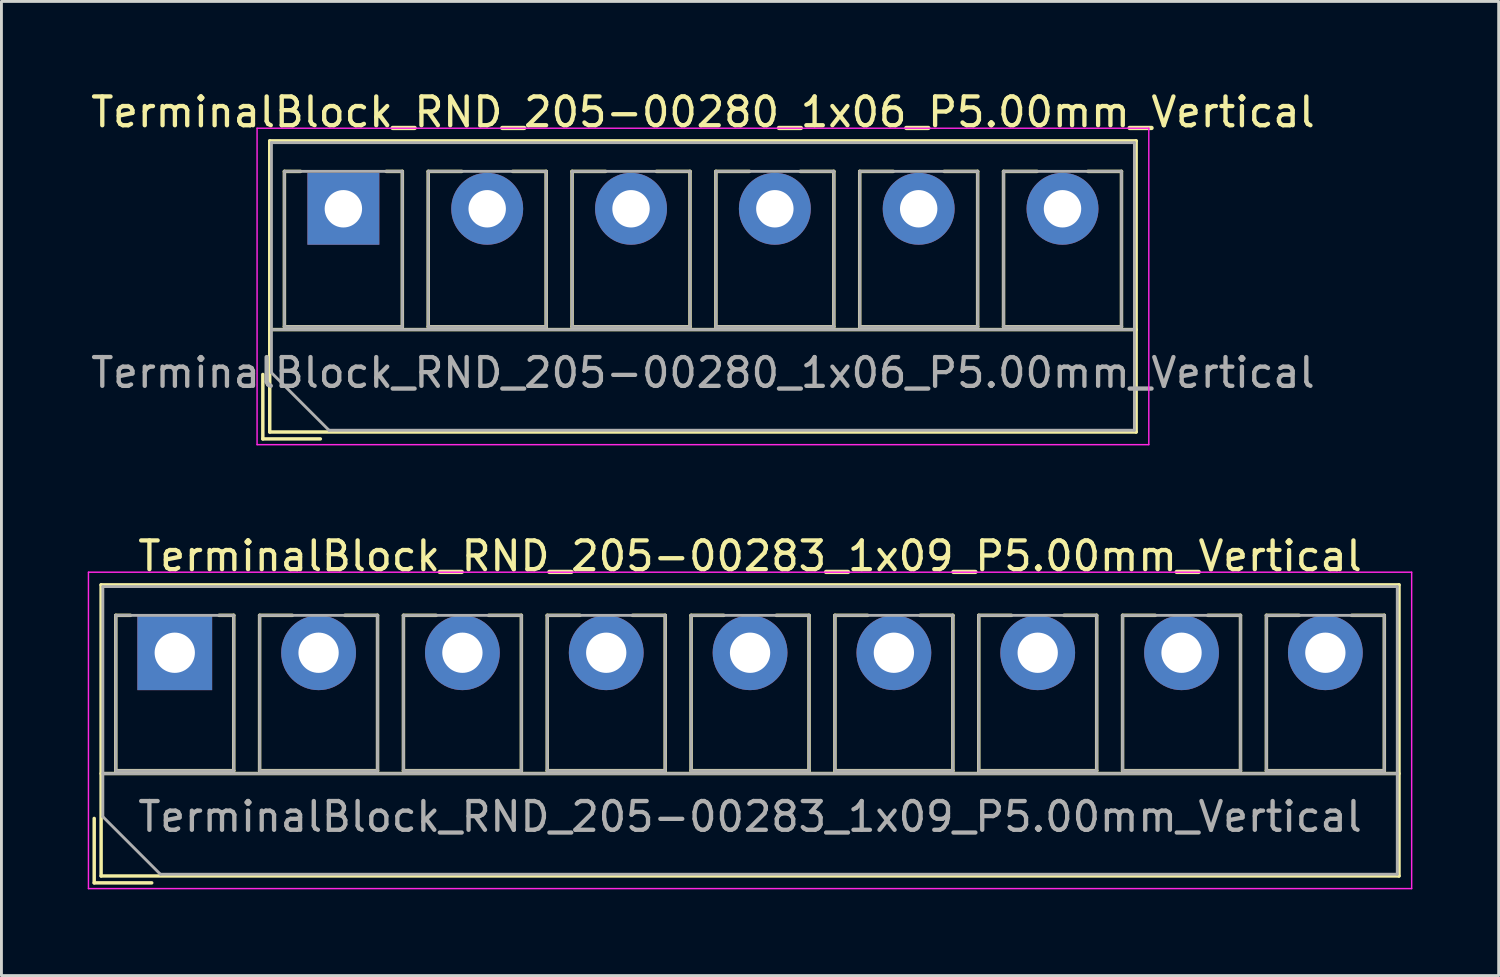
<source format=kicad_pcb>
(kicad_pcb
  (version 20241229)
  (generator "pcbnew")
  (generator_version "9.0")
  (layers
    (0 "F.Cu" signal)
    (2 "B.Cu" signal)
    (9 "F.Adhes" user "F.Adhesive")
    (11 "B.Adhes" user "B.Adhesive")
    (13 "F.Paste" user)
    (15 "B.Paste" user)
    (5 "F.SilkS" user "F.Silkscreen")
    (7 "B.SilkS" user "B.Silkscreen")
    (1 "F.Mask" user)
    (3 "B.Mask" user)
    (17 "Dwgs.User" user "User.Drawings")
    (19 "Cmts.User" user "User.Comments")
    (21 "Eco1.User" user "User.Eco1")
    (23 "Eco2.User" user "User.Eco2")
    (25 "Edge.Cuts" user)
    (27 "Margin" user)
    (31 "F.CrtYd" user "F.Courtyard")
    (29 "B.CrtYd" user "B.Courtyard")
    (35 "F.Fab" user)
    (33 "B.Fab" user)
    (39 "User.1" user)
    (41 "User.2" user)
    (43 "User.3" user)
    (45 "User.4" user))
  (footprint "TerminalBlock_RND_205-00280_1x06_P5.00mm_Vertical"
    (layer "F.Cu")
    (at 8.887 4.208)
    (property "Reference" "TerminalBlock_RND_205-00280_1x06_P5.00mm_Vertical" (at 12.5 -3.36 0) (layer "F.SilkS") (effects (font (size 1 1) (thickness 0.15))))
    (attr through_hole)
    (fp_line (start -2.8 5.76) (end -2.8 8) (stroke (width 0.12) (type solid)) (layer "F.SilkS"))
    (fp_line (start -2.8 8) (end -0.8 8) (stroke (width 0.12) (type solid)) (layer "F.SilkS"))
    (fp_line (start -2.56 -2.36) (end -2.56 7.76) (stroke (width 0.12) (type solid)) (layer "F.SilkS"))
    (fp_line (start -2.56 -2.36) (end 27.56 -2.36) (stroke (width 0.12) (type solid)) (layer "F.SilkS"))
    (fp_line (start -2.56 4.2) (end 27.56 4.2) (stroke (width 0.12) (type solid)) (layer "F.SilkS"))
    (fp_line (start -2.56 7.76) (end 27.56 7.76) (stroke (width 0.12) (type solid)) (layer "F.SilkS"))
    (fp_line (start -2.05 -1.3) (end -2.05 4.1) (stroke (width 0.12) (type solid)) (layer "F.SilkS"))
    (fp_line (start -2.05 -1.3) (end -1.49 -1.3) (stroke (width 0.12) (type solid)) (layer "F.SilkS"))
    (fp_line (start -2.05 4.1) (end 2.05 4.1) (stroke (width 0.12) (type solid)) (layer "F.SilkS"))
    (fp_line (start 1.49 -1.3) (end 2.05 -1.3) (stroke (width 0.12) (type solid)) (layer "F.SilkS"))
    (fp_line (start 2.05 -1.3) (end 2.05 4.1) (stroke (width 0.12) (type solid)) (layer "F.SilkS"))
    (fp_line (start 2.95 -1.3) (end 2.95 4.1) (stroke (width 0.12) (type solid)) (layer "F.SilkS"))
    (fp_line (start 2.95 -1.3) (end 4.117 -1.3) (stroke (width 0.12) (type solid)) (layer "F.SilkS"))
    (fp_line (start 2.95 4.1) (end 7.05 4.1) (stroke (width 0.12) (type solid)) (layer "F.SilkS"))
    (fp_line (start 5.884 -1.3) (end 7.05 -1.3) (stroke (width 0.12) (type solid)) (layer "F.SilkS"))
    (fp_line (start 7.05 -1.3) (end 7.05 4.1) (stroke (width 0.12) (type solid)) (layer "F.SilkS"))
    (fp_line (start 7.95 -1.3) (end 7.95 4.1) (stroke (width 0.12) (type solid)) (layer "F.SilkS"))
    (fp_line (start 7.95 -1.3) (end 9.117 -1.3) (stroke (width 0.12) (type solid)) (layer "F.SilkS"))
    (fp_line (start 7.95 4.1) (end 12.05 4.1) (stroke (width 0.12) (type solid)) (layer "F.SilkS"))
    (fp_line (start 10.884 -1.3) (end 12.05 -1.3) (stroke (width 0.12) (type solid)) (layer "F.SilkS"))
    (fp_line (start 12.05 -1.3) (end 12.05 4.1) (stroke (width 0.12) (type solid)) (layer "F.SilkS"))
    (fp_line (start 12.95 -1.3) (end 12.95 4.1) (stroke (width 0.12) (type solid)) (layer "F.SilkS"))
    (fp_line (start 12.95 -1.3) (end 14.117 -1.3) (stroke (width 0.12) (type solid)) (layer "F.SilkS"))
    (fp_line (start 12.95 4.1) (end 17.05 4.1) (stroke (width 0.12) (type solid)) (layer "F.SilkS"))
    (fp_line (start 15.884 -1.3) (end 17.05 -1.3) (stroke (width 0.12) (type solid)) (layer "F.SilkS"))
    (fp_line (start 17.05 -1.3) (end 17.05 4.1) (stroke (width 0.12) (type solid)) (layer "F.SilkS"))
    (fp_line (start 17.95 -1.3) (end 17.95 4.1) (stroke (width 0.12) (type solid)) (layer "F.SilkS"))
    (fp_line (start 17.95 -1.3) (end 19.117 -1.3) (stroke (width 0.12) (type solid)) (layer "F.SilkS"))
    (fp_line (start 17.95 4.1) (end 22.05 4.1) (stroke (width 0.12) (type solid)) (layer "F.SilkS"))
    (fp_line (start 20.884 -1.3) (end 22.05 -1.3) (stroke (width 0.12) (type solid)) (layer "F.SilkS"))
    (fp_line (start 22.05 -1.3) (end 22.05 4.1) (stroke (width 0.12) (type solid)) (layer "F.SilkS"))
    (fp_line (start 22.95 -1.3) (end 22.95 4.1) (stroke (width 0.12) (type solid)) (layer "F.SilkS"))
    (fp_line (start 22.95 -1.3) (end 24.117 -1.3) (stroke (width 0.12) (type solid)) (layer "F.SilkS"))
    (fp_line (start 22.95 4.1) (end 27.05 4.1) (stroke (width 0.12) (type solid)) (layer "F.SilkS"))
    (fp_line (start 25.884 -1.3) (end 27.05 -1.3) (stroke (width 0.12) (type solid)) (layer "F.SilkS"))
    (fp_line (start 27.05 -1.3) (end 27.05 4.1) (stroke (width 0.12) (type solid)) (layer "F.SilkS"))
    (fp_line (start 27.56 -2.36) (end 27.56 7.76) (stroke (width 0.12) (type solid)) (layer "F.SilkS"))
    (fp_line (start -3 -2.8) (end -3 8.2) (stroke (width 0.05) (type solid)) (layer "F.CrtYd"))
    (fp_line (start -3 8.2) (end 28 8.2) (stroke (width 0.05) (type solid)) (layer "F.CrtYd"))
    (fp_line (start 28 -2.8) (end -3 -2.8) (stroke (width 0.05) (type solid)) (layer "F.CrtYd"))
    (fp_line (start 28 8.2) (end 28 -2.8) (stroke (width 0.05) (type solid)) (layer "F.CrtYd"))
    (fp_line (start -2.5 -2.3) (end 27.5 -2.3) (stroke (width 0.1) (type solid)) (layer "F.Fab"))
    (fp_line (start -2.5 4.2) (end 27.5 4.2) (stroke (width 0.1) (type solid)) (layer "F.Fab"))
    (fp_line (start -2.5 5.7) (end -2.5 -2.3) (stroke (width 0.1) (type solid)) (layer "F.Fab"))
    (fp_line (start -2.05 -1.3) (end -2.05 4.1) (stroke (width 0.1) (type solid)) (layer "F.Fab"))
    (fp_line (start -2.05 4.1) (end 2.05 4.1) (stroke (width 0.1) (type solid)) (layer "F.Fab"))
    (fp_line (start -0.5 7.7) (end -2.5 5.7) (stroke (width 0.1) (type solid)) (layer "F.Fab"))
    (fp_line (start 2.05 -1.3) (end -2.05 -1.3) (stroke (width 0.1) (type solid)) (layer "F.Fab"))
    (fp_line (start 2.05 4.1) (end 2.05 -1.3) (stroke (width 0.1) (type solid)) (layer "F.Fab"))
    (fp_line (start 2.95 -1.3) (end 2.95 4.1) (stroke (width 0.1) (type solid)) (layer "F.Fab"))
    (fp_line (start 2.95 4.1) (end 7.05 4.1) (stroke (width 0.1) (type solid)) (layer "F.Fab"))
    (fp_line (start 7.05 -1.3) (end 2.95 -1.3) (stroke (width 0.1) (type solid)) (layer "F.Fab"))
    (fp_line (start 7.05 4.1) (end 7.05 -1.3) (stroke (width 0.1) (type solid)) (layer "F.Fab"))
    (fp_line (start 7.95 -1.3) (end 7.95 4.1) (stroke (width 0.1) (type solid)) (layer "F.Fab"))
    (fp_line (start 7.95 4.1) (end 12.05 4.1) (stroke (width 0.1) (type solid)) (layer "F.Fab"))
    (fp_line (start 12.05 -1.3) (end 7.95 -1.3) (stroke (width 0.1) (type solid)) (layer "F.Fab"))
    (fp_line (start 12.05 4.1) (end 12.05 -1.3) (stroke (width 0.1) (type solid)) (layer "F.Fab"))
    (fp_line (start 12.95 -1.3) (end 12.95 4.1) (stroke (width 0.1) (type solid)) (layer "F.Fab"))
    (fp_line (start 12.95 4.1) (end 17.05 4.1) (stroke (width 0.1) (type solid)) (layer "F.Fab"))
    (fp_line (start 17.05 -1.3) (end 12.95 -1.3) (stroke (width 0.1) (type solid)) (layer "F.Fab"))
    (fp_line (start 17.05 4.1) (end 17.05 -1.3) (stroke (width 0.1) (type solid)) (layer "F.Fab"))
    (fp_line (start 17.95 -1.3) (end 17.95 4.1) (stroke (width 0.1) (type solid)) (layer "F.Fab"))
    (fp_line (start 17.95 4.1) (end 22.05 4.1) (stroke (width 0.1) (type solid)) (layer "F.Fab"))
    (fp_line (start 22.05 -1.3) (end 17.95 -1.3) (stroke (width 0.1) (type solid)) (layer "F.Fab"))
    (fp_line (start 22.05 4.1) (end 22.05 -1.3) (stroke (width 0.1) (type solid)) (layer "F.Fab"))
    (fp_line (start 22.95 -1.3) (end 22.95 4.1) (stroke (width 0.1) (type solid)) (layer "F.Fab"))
    (fp_line (start 22.95 4.1) (end 27.05 4.1) (stroke (width 0.1) (type solid)) (layer "F.Fab"))
    (fp_line (start 27.05 -1.3) (end 22.95 -1.3) (stroke (width 0.1) (type solid)) (layer "F.Fab"))
    (fp_line (start 27.05 4.1) (end 27.05 -1.3) (stroke (width 0.1) (type solid)) (layer "F.Fab"))
    (fp_line (start 27.5 -2.3) (end 27.5 7.7) (stroke (width 0.1) (type solid)) (layer "F.Fab"))
    (fp_line (start 27.5 7.7) (end -0.5 7.7) (stroke (width 0.1) (type solid)) (layer "F.Fab"))
    (fp_text user "${REFERENCE}" (at 12.5 5.7 0) (layer "F.Fab") (effects (font (size 1 1) (thickness 0.15))))
    (pad "1" thru_hole rect (at 0 0) (size 2.5 2.5) (drill 1.3) (layers "*.Cu" "*.Mask"))
    (pad "2" thru_hole circle (at 5 0) (size 2.5 2.5) (drill 1.3) (layers "*.Cu" "*.Mask"))
    (pad "3" thru_hole circle (at 10 0) (size 2.5 2.5) (drill 1.3) (layers "*.Cu" "*.Mask"))
    (pad "4" thru_hole circle (at 15 0) (size 2.5 2.5) (drill 1.3) (layers "*.Cu" "*.Mask"))
    (pad "5" thru_hole circle (at 20 0) (size 2.5 2.5) (drill 1.3) (layers "*.Cu" "*.Mask"))
    (pad "6" thru_hole circle (at 25 0) (size 2.5 2.5) (drill 1.3) (layers "*.Cu" "*.Mask")))
  (footprint "TerminalBlock_RND_205-00283_1x09_P5.00mm_Vertical"
    (layer "F.Cu")
    (at 3.025 19.642)
    (property "Reference" "TerminalBlock_RND_205-00283_1x09_P5.00mm_Vertical" (at 20 -3.36 0) (layer "F.SilkS") (effects (font (size 1 1) (thickness 0.15))))
    (attr through_hole)
    (fp_line (start -2.8 5.76) (end -2.8 8) (stroke (width 0.12) (type solid)) (layer "F.SilkS"))
    (fp_line (start -2.8 8) (end -0.8 8) (stroke (width 0.12) (type solid)) (layer "F.SilkS"))
    (fp_line (start -2.56 -2.36) (end -2.56 7.76) (stroke (width 0.12) (type solid)) (layer "F.SilkS"))
    (fp_line (start -2.56 -2.36) (end 42.56 -2.36) (stroke (width 0.12) (type solid)) (layer "F.SilkS"))
    (fp_line (start -2.56 4.2) (end 42.56 4.2) (stroke (width 0.12) (type solid)) (layer "F.SilkS"))
    (fp_line (start -2.56 7.76) (end 42.56 7.76) (stroke (width 0.12) (type solid)) (layer "F.SilkS"))
    (fp_line (start -2.05 -1.3) (end -2.05 4.1) (stroke (width 0.12) (type solid)) (layer "F.SilkS"))
    (fp_line (start -2.05 -1.3) (end -1.54 -1.3) (stroke (width 0.12) (type solid)) (layer "F.SilkS"))
    (fp_line (start -2.05 4.1) (end 2.05 4.1) (stroke (width 0.12) (type solid)) (layer "F.SilkS"))
    (fp_line (start 1.54 -1.3) (end 2.05 -1.3) (stroke (width 0.12) (type solid)) (layer "F.SilkS"))
    (fp_line (start 2.05 -1.3) (end 2.05 4.1) (stroke (width 0.12) (type solid)) (layer "F.SilkS"))
    (fp_line (start 2.95 -1.3) (end 2.95 4.1) (stroke (width 0.12) (type solid)) (layer "F.SilkS"))
    (fp_line (start 2.95 -1.3) (end 4.088 -1.3) (stroke (width 0.12) (type solid)) (layer "F.SilkS"))
    (fp_line (start 2.95 4.1) (end 7.05 4.1) (stroke (width 0.12) (type solid)) (layer "F.SilkS"))
    (fp_line (start 5.913 -1.3) (end 7.05 -1.3) (stroke (width 0.12) (type solid)) (layer "F.SilkS"))
    (fp_line (start 7.05 -1.3) (end 7.05 4.1) (stroke (width 0.12) (type solid)) (layer "F.SilkS"))
    (fp_line (start 7.95 -1.3) (end 7.95 4.1) (stroke (width 0.12) (type solid)) (layer "F.SilkS"))
    (fp_line (start 7.95 -1.3) (end 9.088 -1.3) (stroke (width 0.12) (type solid)) (layer "F.SilkS"))
    (fp_line (start 7.95 4.1) (end 12.05 4.1) (stroke (width 0.12) (type solid)) (layer "F.SilkS"))
    (fp_line (start 10.913 -1.3) (end 12.05 -1.3) (stroke (width 0.12) (type solid)) (layer "F.SilkS"))
    (fp_line (start 12.05 -1.3) (end 12.05 4.1) (stroke (width 0.12) (type solid)) (layer "F.SilkS"))
    (fp_line (start 12.95 -1.3) (end 12.95 4.1) (stroke (width 0.12) (type solid)) (layer "F.SilkS"))
    (fp_line (start 12.95 -1.3) (end 14.088 -1.3) (stroke (width 0.12) (type solid)) (layer "F.SilkS"))
    (fp_line (start 12.95 4.1) (end 17.05 4.1) (stroke (width 0.12) (type solid)) (layer "F.SilkS"))
    (fp_line (start 15.913 -1.3) (end 17.05 -1.3) (stroke (width 0.12) (type solid)) (layer "F.SilkS"))
    (fp_line (start 17.05 -1.3) (end 17.05 4.1) (stroke (width 0.12) (type solid)) (layer "F.SilkS"))
    (fp_line (start 17.95 -1.3) (end 17.95 4.1) (stroke (width 0.12) (type solid)) (layer "F.SilkS"))
    (fp_line (start 17.95 -1.3) (end 19.088 -1.3) (stroke (width 0.12) (type solid)) (layer "F.SilkS"))
    (fp_line (start 17.95 4.1) (end 22.05 4.1) (stroke (width 0.12) (type solid)) (layer "F.SilkS"))
    (fp_line (start 20.913 -1.3) (end 22.05 -1.3) (stroke (width 0.12) (type solid)) (layer "F.SilkS"))
    (fp_line (start 22.05 -1.3) (end 22.05 4.1) (stroke (width 0.12) (type solid)) (layer "F.SilkS"))
    (fp_line (start 22.95 -1.3) (end 22.95 4.1) (stroke (width 0.12) (type solid)) (layer "F.SilkS"))
    (fp_line (start 22.95 -1.3) (end 24.088 -1.3) (stroke (width 0.12) (type solid)) (layer "F.SilkS"))
    (fp_line (start 22.95 4.1) (end 27.05 4.1) (stroke (width 0.12) (type solid)) (layer "F.SilkS"))
    (fp_line (start 25.913 -1.3) (end 27.05 -1.3) (stroke (width 0.12) (type solid)) (layer "F.SilkS"))
    (fp_line (start 27.05 -1.3) (end 27.05 4.1) (stroke (width 0.12) (type solid)) (layer "F.SilkS"))
    (fp_line (start 27.95 -1.3) (end 27.95 4.1) (stroke (width 0.12) (type solid)) (layer "F.SilkS"))
    (fp_line (start 27.95 -1.3) (end 29.088 -1.3) (stroke (width 0.12) (type solid)) (layer "F.SilkS"))
    (fp_line (start 27.95 4.1) (end 32.05 4.1) (stroke (width 0.12) (type solid)) (layer "F.SilkS"))
    (fp_line (start 30.913 -1.3) (end 32.05 -1.3) (stroke (width 0.12) (type solid)) (layer "F.SilkS"))
    (fp_line (start 32.05 -1.3) (end 32.05 4.1) (stroke (width 0.12) (type solid)) (layer "F.SilkS"))
    (fp_line (start 32.95 -1.3) (end 32.95 4.1) (stroke (width 0.12) (type solid)) (layer "F.SilkS"))
    (fp_line (start 32.95 -1.3) (end 34.088 -1.3) (stroke (width 0.12) (type solid)) (layer "F.SilkS"))
    (fp_line (start 32.95 4.1) (end 37.05 4.1) (stroke (width 0.12) (type solid)) (layer "F.SilkS"))
    (fp_line (start 35.913 -1.3) (end 37.05 -1.3) (stroke (width 0.12) (type solid)) (layer "F.SilkS"))
    (fp_line (start 37.05 -1.3) (end 37.05 4.1) (stroke (width 0.12) (type solid)) (layer "F.SilkS"))
    (fp_line (start 37.95 -1.3) (end 37.95 4.1) (stroke (width 0.12) (type solid)) (layer "F.SilkS"))
    (fp_line (start 37.95 -1.3) (end 39.088 -1.3) (stroke (width 0.12) (type solid)) (layer "F.SilkS"))
    (fp_line (start 37.95 4.1) (end 42.05 4.1) (stroke (width 0.12) (type solid)) (layer "F.SilkS"))
    (fp_line (start 40.913 -1.3) (end 42.05 -1.3) (stroke (width 0.12) (type solid)) (layer "F.SilkS"))
    (fp_line (start 42.05 -1.3) (end 42.05 4.1) (stroke (width 0.12) (type solid)) (layer "F.SilkS"))
    (fp_line (start 42.56 -2.36) (end 42.56 7.76) (stroke (width 0.12) (type solid)) (layer "F.SilkS"))
    (fp_line (start -3 -2.8) (end -3 8.2) (stroke (width 0.05) (type solid)) (layer "F.CrtYd"))
    (fp_line (start -3 8.2) (end 43 8.2) (stroke (width 0.05) (type solid)) (layer "F.CrtYd"))
    (fp_line (start 43 -2.8) (end -3 -2.8) (stroke (width 0.05) (type solid)) (layer "F.CrtYd"))
    (fp_line (start 43 8.2) (end 43 -2.8) (stroke (width 0.05) (type solid)) (layer "F.CrtYd"))
    (fp_line (start -2.5 -2.3) (end 42.5 -2.3) (stroke (width 0.1) (type solid)) (layer "F.Fab"))
    (fp_line (start -2.5 4.2) (end 42.5 4.2) (stroke (width 0.1) (type solid)) (layer "F.Fab"))
    (fp_line (start -2.5 5.7) (end -2.5 -2.3) (stroke (width 0.1) (type solid)) (layer "F.Fab"))
    (fp_line (start -2.05 -1.3) (end -2.05 4.1) (stroke (width 0.1) (type solid)) (layer "F.Fab"))
    (fp_line (start -2.05 4.1) (end 2.05 4.1) (stroke (width 0.1) (type solid)) (layer "F.Fab"))
    (fp_line (start -0.5 7.7) (end -2.5 5.7) (stroke (width 0.1) (type solid)) (layer "F.Fab"))
    (fp_line (start 2.05 -1.3) (end -2.05 -1.3) (stroke (width 0.1) (type solid)) (layer "F.Fab"))
    (fp_line (start 2.05 4.1) (end 2.05 -1.3) (stroke (width 0.1) (type solid)) (layer "F.Fab"))
    (fp_line (start 2.95 -1.3) (end 2.95 4.1) (stroke (width 0.1) (type solid)) (layer "F.Fab"))
    (fp_line (start 2.95 4.1) (end 7.05 4.1) (stroke (width 0.1) (type solid)) (layer "F.Fab"))
    (fp_line (start 7.05 -1.3) (end 2.95 -1.3) (stroke (width 0.1) (type solid)) (layer "F.Fab"))
    (fp_line (start 7.05 4.1) (end 7.05 -1.3) (stroke (width 0.1) (type solid)) (layer "F.Fab"))
    (fp_line (start 7.95 -1.3) (end 7.95 4.1) (stroke (width 0.1) (type solid)) (layer "F.Fab"))
    (fp_line (start 7.95 4.1) (end 12.05 4.1) (stroke (width 0.1) (type solid)) (layer "F.Fab"))
    (fp_line (start 12.05 -1.3) (end 7.95 -1.3) (stroke (width 0.1) (type solid)) (layer "F.Fab"))
    (fp_line (start 12.05 4.1) (end 12.05 -1.3) (stroke (width 0.1) (type solid)) (layer "F.Fab"))
    (fp_line (start 12.95 -1.3) (end 12.95 4.1) (stroke (width 0.1) (type solid)) (layer "F.Fab"))
    (fp_line (start 12.95 4.1) (end 17.05 4.1) (stroke (width 0.1) (type solid)) (layer "F.Fab"))
    (fp_line (start 17.05 -1.3) (end 12.95 -1.3) (stroke (width 0.1) (type solid)) (layer "F.Fab"))
    (fp_line (start 17.05 4.1) (end 17.05 -1.3) (stroke (width 0.1) (type solid)) (layer "F.Fab"))
    (fp_line (start 17.95 -1.3) (end 17.95 4.1) (stroke (width 0.1) (type solid)) (layer "F.Fab"))
    (fp_line (start 17.95 4.1) (end 22.05 4.1) (stroke (width 0.1) (type solid)) (layer "F.Fab"))
    (fp_line (start 22.05 -1.3) (end 17.95 -1.3) (stroke (width 0.1) (type solid)) (layer "F.Fab"))
    (fp_line (start 22.05 4.1) (end 22.05 -1.3) (stroke (width 0.1) (type solid)) (layer "F.Fab"))
    (fp_line (start 22.95 -1.3) (end 22.95 4.1) (stroke (width 0.1) (type solid)) (layer "F.Fab"))
    (fp_line (start 22.95 4.1) (end 27.05 4.1) (stroke (width 0.1) (type solid)) (layer "F.Fab"))
    (fp_line (start 27.05 -1.3) (end 22.95 -1.3) (stroke (width 0.1) (type solid)) (layer "F.Fab"))
    (fp_line (start 27.05 4.1) (end 27.05 -1.3) (stroke (width 0.1) (type solid)) (layer "F.Fab"))
    (fp_line (start 27.95 -1.3) (end 27.95 4.1) (stroke (width 0.1) (type solid)) (layer "F.Fab"))
    (fp_line (start 27.95 4.1) (end 32.05 4.1) (stroke (width 0.1) (type solid)) (layer "F.Fab"))
    (fp_line (start 32.05 -1.3) (end 27.95 -1.3) (stroke (width 0.1) (type solid)) (layer "F.Fab"))
    (fp_line (start 32.05 4.1) (end 32.05 -1.3) (stroke (width 0.1) (type solid)) (layer "F.Fab"))
    (fp_line (start 32.95 -1.3) (end 32.95 4.1) (stroke (width 0.1) (type solid)) (layer "F.Fab"))
    (fp_line (start 32.95 4.1) (end 37.05 4.1) (stroke (width 0.1) (type solid)) (layer "F.Fab"))
    (fp_line (start 37.05 -1.3) (end 32.95 -1.3) (stroke (width 0.1) (type solid)) (layer "F.Fab"))
    (fp_line (start 37.05 4.1) (end 37.05 -1.3) (stroke (width 0.1) (type solid)) (layer "F.Fab"))
    (fp_line (start 37.95 -1.3) (end 37.95 4.1) (stroke (width 0.1) (type solid)) (layer "F.Fab"))
    (fp_line (start 37.95 4.1) (end 42.05 4.1) (stroke (width 0.1) (type solid)) (layer "F.Fab"))
    (fp_line (start 42.05 -1.3) (end 37.95 -1.3) (stroke (width 0.1) (type solid)) (layer "F.Fab"))
    (fp_line (start 42.05 4.1) (end 42.05 -1.3) (stroke (width 0.1) (type solid)) (layer "F.Fab"))
    (fp_line (start 42.5 -2.3) (end 42.5 7.7) (stroke (width 0.1) (type solid)) (layer "F.Fab"))
    (fp_line (start 42.5 7.7) (end -0.5 7.7) (stroke (width 0.1) (type solid)) (layer "F.Fab"))
    (fp_text user "${REFERENCE}" (at 20 5.7 0) (layer "F.Fab") (effects (font (size 1 1) (thickness 0.15))))
    (pad "1" thru_hole rect (at 0 0) (size 2.6 2.6) (drill 1.4) (layers "*.Cu" "*.Mask"))
    (pad "2" thru_hole circle (at 5 0) (size 2.6 2.6) (drill 1.4) (layers "*.Cu" "*.Mask"))
    (pad "3" thru_hole circle (at 10 0) (size 2.6 2.6) (drill 1.4) (layers "*.Cu" "*.Mask"))
    (pad "4" thru_hole circle (at 15 0) (size 2.6 2.6) (drill 1.4) (layers "*.Cu" "*.Mask"))
    (pad "5" thru_hole circle (at 20 0) (size 2.6 2.6) (drill 1.4) (layers "*.Cu" "*.Mask"))
    (pad "6" thru_hole circle (at 25 0) (size 2.6 2.6) (drill 1.4) (layers "*.Cu" "*.Mask"))
    (pad "7" thru_hole circle (at 30 0) (size 2.6 2.6) (drill 1.4) (layers "*.Cu" "*.Mask"))
    (pad "8" thru_hole circle (at 35 0) (size 2.6 2.6) (drill 1.4) (layers "*.Cu" "*.Mask"))
    (pad "9" thru_hole circle (at 40 0) (size 2.6 2.6) (drill 1.4) (layers "*.Cu" "*.Mask")))
  (gr_rect
    (start -3 -3)
    (end 49.05 30.866)
    (stroke (width 0.1) (type default))
    (fill no)
    (layer "Edge.Cuts")))
</source>
